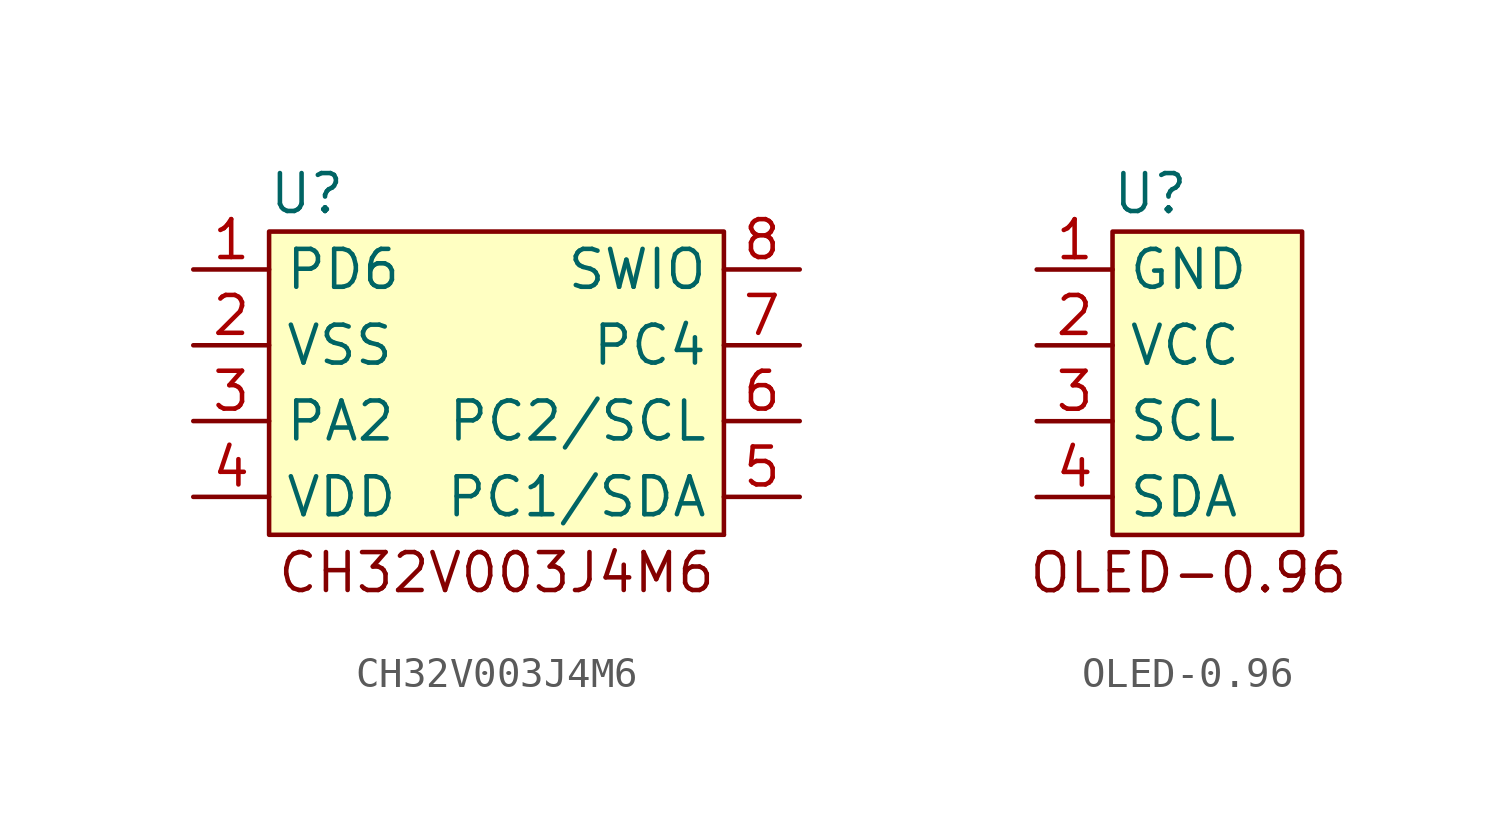
<source format=kicad_sym>
(kicad_symbol_lib
  (version 20220914)
  (generator kicad_symbol_editor)
  (symbol "CH32V003J4M6"
    (property "Reference" "U"
      (at 1.27 1.27 0)
      (effects (font (size 1.27 1.27))))
    (property "Value" ""
      (at 0 0 0)
      (effects (font (size 1.27 1.27))))
    (symbol "CH32V003J4M6_0_1"
      (rectangle (start 15.24 -10.16) (end 15.24 -10.16) (stroke (width 0) (type default)) (fill (type none))))
    (symbol "CH32V003J4M6_1_1"
      (rectangle (start 0 0) (end 15.24 -10.16) (stroke (width 0) (type default)) (fill (type background)))
      (text "CH32V003J4M6\n" (at 7.62 -11.43 0) (effects (font (size 1.27 1.27))))
      (pin passive line (at -2.54 -1.27 0) (length 2.54) (name "PD6" (effects (font (size 1.27 1.27)))) (number "1" (effects (font (size 1.27 1.27)))))
      (pin power_in line (at -2.54 -3.81 0) (length 2.54) (name "VSS" (effects (font (size 1.27 1.27)))) (number "2" (effects (font (size 1.27 1.27)))))
      (pin passive line (at -2.54 -6.35 0) (length 2.54) (name "PA2" (effects (font (size 1.27 1.27)))) (number "3" (effects (font (size 1.27 1.27)))))
      (pin power_in line (at -2.54 -8.89 0) (length 2.54) (name "VDD" (effects (font (size 1.27 1.27)))) (number "4" (effects (font (size 1.27 1.27)))))
      (pin passive line (at 17.78 -8.89 180) (length 2.54) (name "PC1/SDA" (effects (font (size 1.27 1.27)))) (number "5" (effects (font (size 1.27 1.27)))))
      (pin passive line (at 17.78 -6.35 180) (length 2.54) (name "PC2/SCL" (effects (font (size 1.27 1.27)))) (number "6" (effects (font (size 1.27 1.27)))))
      (pin passive line (at 17.78 -3.81 180) (length 2.54) (name "PC4" (effects (font (size 1.27 1.27)))) (number "7" (effects (font (size 1.27 1.27)))))
      (pin passive line (at 17.78 -1.27 180) (length 2.54) (name "SWIO" (effects (font (size 1.27 1.27)))) (number "8" (effects (font (size 1.27 1.27)))))))
  (symbol "OLED-0.96"
    (property "Reference" "U"
      (at 1.27 1.27 0)
      (effects (font (size 1.27 1.27))))
    (property "Value" ""
      (at 0 0 0)
      (effects (font (size 1.27 1.27))))
    (symbol "OLED-0.96_1_1"
      (rectangle (start 0 0) (end 6.35 -10.16) (stroke (width 0) (type default)) (fill (type background)))
      (text "OLED-0.96" (at 2.54 -11.43 0) (effects (font (size 1.27 1.27))))
      (pin power_in line (at -2.54 -1.27 0) (length 2.54) (name "GND" (effects (font (size 1.27 1.27)))) (number "1" (effects (font (size 1.27 1.27)))))
      (pin power_in line (at -2.54 -3.81 0) (length 2.54) (name "VCC" (effects (font (size 1.27 1.27)))) (number "2" (effects (font (size 1.27 1.27)))))
      (pin input line (at -2.54 -6.35 0) (length 2.54) (name "SCL" (effects (font (size 1.27 1.27)))) (number "3" (effects (font (size 1.27 1.27)))))
      (pin passive line (at -2.54 -8.89 0) (length 2.54) (name "SDA" (effects (font (size 1.27 1.27)))) (number "4" (effects (font (size 1.27 1.27))))))))
</source>
